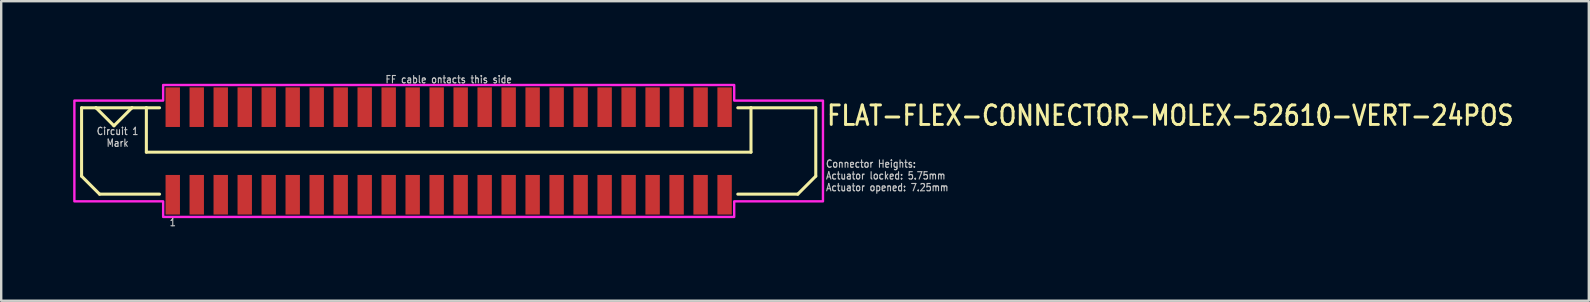
<source format=kicad_pcb>
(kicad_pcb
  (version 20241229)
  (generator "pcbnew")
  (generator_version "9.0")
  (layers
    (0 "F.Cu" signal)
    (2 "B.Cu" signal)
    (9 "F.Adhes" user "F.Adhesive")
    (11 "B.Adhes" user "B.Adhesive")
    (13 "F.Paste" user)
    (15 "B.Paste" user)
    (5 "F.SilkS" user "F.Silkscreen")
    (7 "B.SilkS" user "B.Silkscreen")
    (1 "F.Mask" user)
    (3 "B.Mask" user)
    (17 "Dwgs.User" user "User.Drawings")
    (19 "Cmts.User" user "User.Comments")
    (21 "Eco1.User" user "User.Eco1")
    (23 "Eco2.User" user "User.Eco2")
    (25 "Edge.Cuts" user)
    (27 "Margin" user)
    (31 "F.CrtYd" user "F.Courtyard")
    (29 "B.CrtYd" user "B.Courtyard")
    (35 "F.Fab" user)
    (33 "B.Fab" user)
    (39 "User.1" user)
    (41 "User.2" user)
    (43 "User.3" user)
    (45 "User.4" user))
  (footprint "FLAT-FLEX-CONNECTOR-MOLEX-52610-VERT-24POS"
    (layer "F.Cu")
    (at 15.65 3.242)
    (property "Reference" "FLAT-FLEX-CONNECTOR-MOLEX-52610-VERT-24POS" (at 15.7 -1 0) (unlocked yes) (layer "F.SilkS") (effects (font (size 0.813 0.695) (thickness 0.122)) (justify left bottom)))
    (fp_line (start -15.3 -1.8) (end -15.3 1.05) (stroke (width 0.127) (type solid)) (layer "F.SilkS"))
    (fp_line (start -15.3 1.05) (end -14.55 1.8) (stroke (width 0.127) (type solid)) (layer "F.SilkS"))
    (fp_line (start -14.7 -1.8) (end -15.3 -1.8) (stroke (width 0.127) (type solid)) (layer "F.SilkS"))
    (fp_line (start -14.7 -1.8) (end -13.95 -1.05) (stroke (width 0.127) (type solid)) (layer "F.SilkS"))
    (fp_line (start -14.55 1.8) (end -12.05 1.8) (stroke (width 0.127) (type solid)) (layer "F.SilkS"))
    (fp_line (start -13.95 -1.05) (end -13.2 -1.8) (stroke (width 0.127) (type solid)) (layer "F.SilkS"))
    (fp_line (start -13.2 -1.8) (end -14.7 -1.8) (stroke (width 0.127) (type solid)) (layer "F.SilkS"))
    (fp_line (start -12.6 -1.8) (end -13.2 -1.8) (stroke (width 0.127) (type solid)) (layer "F.SilkS"))
    (fp_line (start -12.6 -1.8) (end -12.6 0.05) (stroke (width 0.127) (type solid)) (layer "F.SilkS"))
    (fp_line (start -12.6 0.05) (end 12.6 0.05) (stroke (width 0.127) (type solid)) (layer "F.SilkS"))
    (fp_line (start -12.05 -1.8) (end -12.6 -1.8) (stroke (width 0.127) (type solid)) (layer "F.SilkS"))
    (fp_line (start 12.05 -1.8) (end 12.6 -1.8) (stroke (width 0.127) (type solid)) (layer "F.SilkS"))
    (fp_line (start 12.6 -1.8) (end 15.3 -1.8) (stroke (width 0.127) (type solid)) (layer "F.SilkS"))
    (fp_line (start 12.6 0.05) (end 12.6 -1.8) (stroke (width 0.127) (type solid)) (layer "F.SilkS"))
    (fp_line (start 14.55 1.8) (end 12.05 1.8) (stroke (width 0.127) (type solid)) (layer "F.SilkS"))
    (fp_line (start 15.3 -1.8) (end 15.3 1.05) (stroke (width 0.127) (type solid)) (layer "F.SilkS"))
    (fp_line (start 15.3 1.05) (end 14.55 1.8) (stroke (width 0.127) (type solid)) (layer "F.SilkS"))
    (fp_poly (pts (xy -15.6 -2.1) (xy -11.9 -2.1) (xy -11.9 -2.75) (xy 11.9 -2.75) (xy 11.9 -2.1) (xy 15.6 -2.1) (xy 15.6 2.1) (xy 11.9 2.1) (xy 11.9 2.75) (xy -11.9 2.75) (xy -11.9 2.1) (xy -15.6 2.1)) (stroke (width 0.1) (type solid)) (fill no) (layer "F.CrtYd"))
    (fp_text user "FF cable ontacts this side" (at 0 -2.8 0) (unlocked yes) (layer "Dwgs.User") (effects (font (size 0.305 0.261) (thickness 0.046)) (justify bottom)))
    (fp_text user "1" (at -11.5 2.8 0) (unlocked yes) (layer "Dwgs.User") (effects (font (size 0.305 0.261) (thickness 0.046)) (justify top)))
    (fp_text user "Circuit 1\nMark" (at -13.8 -1 0) (unlocked yes) (layer "Dwgs.User") (effects (font (size 0.305 0.261) (thickness 0.046)) (justify top)))
    (fp_text user "Connector Heights:\nActuator locked: 5.75mm\nActuator opened: 7.25mm" (at 15.7 1.7 0) (unlocked yes) (layer "Dwgs.User") (effects (font (size 0.305 0.261) (thickness 0.046)) (justify left bottom)))
    (pad "PC1" smd rect (at -11.5 -1.825) (size 0.6 1.65) (layers "F.Cu" "F.Mask" "F.Paste"))
    (pad "PC2" smd rect (at -10.5 -1.825) (size 0.6 1.65) (layers "F.Cu" "F.Mask" "F.Paste"))
    (pad "PC3" smd rect (at -9.5 -1.825) (size 0.6 1.65) (layers "F.Cu" "F.Mask" "F.Paste"))
    (pad "PC4" smd rect (at -8.5 -1.825) (size 0.6 1.65) (layers "F.Cu" "F.Mask" "F.Paste"))
    (pad "PC5" smd rect (at -7.5 -1.825) (size 0.6 1.65) (layers "F.Cu" "F.Mask" "F.Paste"))
    (pad "PC6" smd rect (at -6.5 -1.825) (size 0.6 1.65) (layers "F.Cu" "F.Mask" "F.Paste"))
    (pad "PC7" smd rect (at -5.5 -1.825) (size 0.6 1.65) (layers "F.Cu" "F.Mask" "F.Paste"))
    (pad "PC8" smd rect (at -4.5 -1.825) (size 0.6 1.65) (layers "F.Cu" "F.Mask" "F.Paste"))
    (pad "PC9" smd rect (at -3.5 -1.825) (size 0.6 1.65) (layers "F.Cu" "F.Mask" "F.Paste"))
    (pad "PC10" smd rect (at -2.5 -1.825) (size 0.6 1.65) (layers "F.Cu" "F.Mask" "F.Paste"))
    (pad "PC11" smd rect (at -1.5 -1.825) (size 0.6 1.65) (layers "F.Cu" "F.Mask" "F.Paste"))
    (pad "PC12" smd rect (at -0.5 -1.825) (size 0.6 1.65) (layers "F.Cu" "F.Mask" "F.Paste"))
    (pad "PC13" smd rect (at 0.5 -1.825) (size 0.6 1.65) (layers "F.Cu" "F.Mask" "F.Paste"))
    (pad "PC14" smd rect (at 1.5 -1.825) (size 0.6 1.65) (layers "F.Cu" "F.Mask" "F.Paste"))
    (pad "PC15" smd rect (at 2.5 -1.825) (size 0.6 1.65) (layers "F.Cu" "F.Mask" "F.Paste"))
    (pad "PC16" smd rect (at 3.5 -1.825) (size 0.6 1.65) (layers "F.Cu" "F.Mask" "F.Paste"))
    (pad "PC17" smd rect (at 4.5 -1.825) (size 0.6 1.65) (layers "F.Cu" "F.Mask" "F.Paste"))
    (pad "PC18" smd rect (at 5.5 -1.825) (size 0.6 1.65) (layers "F.Cu" "F.Mask" "F.Paste"))
    (pad "PC19" smd rect (at 6.5 -1.825) (size 0.6 1.65) (layers "F.Cu" "F.Mask" "F.Paste"))
    (pad "PC20" smd rect (at 7.5 -1.825) (size 0.6 1.65) (layers "F.Cu" "F.Mask" "F.Paste"))
    (pad "PC21" smd rect (at 8.5 -1.825) (size 0.6 1.65) (layers "F.Cu" "F.Mask" "F.Paste"))
    (pad "PC22" smd rect (at 9.5 -1.825) (size 0.6 1.65) (layers "F.Cu" "F.Mask" "F.Paste"))
    (pad "PC23" smd rect (at 10.5 -1.825) (size 0.6 1.65) (layers "F.Cu" "F.Mask" "F.Paste"))
    (pad "PC24" smd rect (at 11.5 -1.825) (size 0.6 1.65) (layers "F.Cu" "F.Mask" "F.Paste"))
    (pad "PS1" smd rect (at -11.5 1.825) (size 0.6 1.65) (layers "F.Cu" "F.Mask" "F.Paste"))
    (pad "PS2" smd rect (at -10.5 1.825) (size 0.6 1.65) (layers "F.Cu" "F.Mask" "F.Paste"))
    (pad "PS3" smd rect (at -9.5 1.825) (size 0.6 1.65) (layers "F.Cu" "F.Mask" "F.Paste"))
    (pad "PS4" smd rect (at -8.5 1.825) (size 0.6 1.65) (layers "F.Cu" "F.Mask" "F.Paste"))
    (pad "PS5" smd rect (at -7.5 1.825) (size 0.6 1.65) (layers "F.Cu" "F.Mask" "F.Paste"))
    (pad "PS6" smd rect (at -6.5 1.825) (size 0.6 1.65) (layers "F.Cu" "F.Mask" "F.Paste"))
    (pad "PS7" smd rect (at -5.5 1.825) (size 0.6 1.65) (layers "F.Cu" "F.Mask" "F.Paste"))
    (pad "PS8" smd rect (at -4.5 1.825) (size 0.6 1.65) (layers "F.Cu" "F.Mask" "F.Paste"))
    (pad "PS9" smd rect (at -3.5 1.825) (size 0.6 1.65) (layers "F.Cu" "F.Mask" "F.Paste"))
    (pad "PS10" smd rect (at -2.5 1.825) (size 0.6 1.65) (layers "F.Cu" "F.Mask" "F.Paste"))
    (pad "PS11" smd rect (at -1.5 1.825) (size 0.6 1.65) (layers "F.Cu" "F.Mask" "F.Paste"))
    (pad "PS12" smd rect (at -0.5 1.825) (size 0.6 1.65) (layers "F.Cu" "F.Mask" "F.Paste"))
    (pad "PS13" smd rect (at 0.5 1.825) (size 0.6 1.65) (layers "F.Cu" "F.Mask" "F.Paste"))
    (pad "PS14" smd rect (at 1.5 1.825) (size 0.6 1.65) (layers "F.Cu" "F.Mask" "F.Paste"))
    (pad "PS15" smd rect (at 2.5 1.825) (size 0.6 1.65) (layers "F.Cu" "F.Mask" "F.Paste"))
    (pad "PS16" smd rect (at 3.5 1.825) (size 0.6 1.65) (layers "F.Cu" "F.Mask" "F.Paste"))
    (pad "PS17" smd rect (at 4.5 1.825) (size 0.6 1.65) (layers "F.Cu" "F.Mask" "F.Paste"))
    (pad "PS18" smd rect (at 5.5 1.825) (size 0.6 1.65) (layers "F.Cu" "F.Mask" "F.Paste"))
    (pad "PS19" smd rect (at 6.5 1.825) (size 0.6 1.65) (layers "F.Cu" "F.Mask" "F.Paste"))
    (pad "PS20" smd rect (at 7.5 1.825) (size 0.6 1.65) (layers "F.Cu" "F.Mask" "F.Paste"))
    (pad "PS21" smd rect (at 8.5 1.825) (size 0.6 1.65) (layers "F.Cu" "F.Mask" "F.Paste"))
    (pad "PS22" smd rect (at 9.5 1.825) (size 0.6 1.65) (layers "F.Cu" "F.Mask" "F.Paste"))
    (pad "PS23" smd rect (at 10.5 1.825) (size 0.6 1.65) (layers "F.Cu" "F.Mask" "F.Paste"))
    (pad "PS24" smd rect (at 11.5 1.825) (size 0.6 1.65) (layers "F.Cu" "F.Mask" "F.Paste")))
  (gr_rect
    (start -3 -3)
    (end 63.169 9.484)
    (stroke (width 0.1) (type default))
    (fill no)
    (layer "Edge.Cuts")))
</source>
